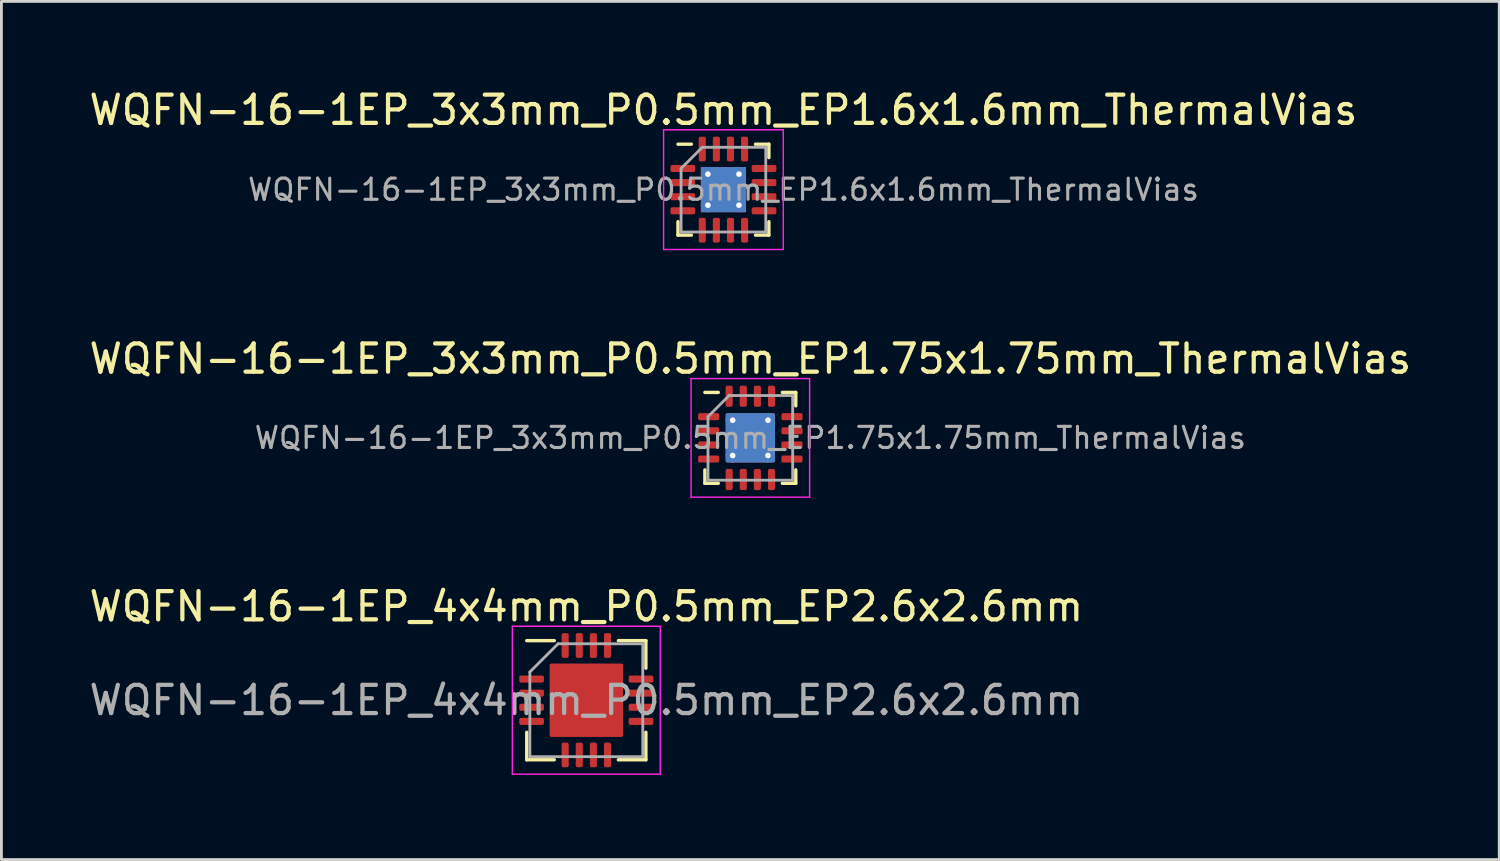
<source format=kicad_pcb>
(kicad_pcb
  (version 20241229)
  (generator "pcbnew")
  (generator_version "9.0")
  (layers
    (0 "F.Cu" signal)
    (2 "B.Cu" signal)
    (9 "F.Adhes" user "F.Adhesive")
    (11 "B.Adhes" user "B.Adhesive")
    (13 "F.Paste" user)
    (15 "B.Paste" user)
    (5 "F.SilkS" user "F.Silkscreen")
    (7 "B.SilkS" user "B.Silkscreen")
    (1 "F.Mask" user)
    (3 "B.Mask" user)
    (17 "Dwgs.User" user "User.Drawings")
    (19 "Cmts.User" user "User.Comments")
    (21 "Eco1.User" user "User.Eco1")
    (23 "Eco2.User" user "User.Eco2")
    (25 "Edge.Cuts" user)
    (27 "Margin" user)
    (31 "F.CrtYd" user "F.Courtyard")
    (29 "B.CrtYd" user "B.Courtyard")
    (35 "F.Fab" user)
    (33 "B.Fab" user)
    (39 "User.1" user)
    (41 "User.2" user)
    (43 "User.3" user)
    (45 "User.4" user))
  (footprint "WQFN-16-1EP_3x3mm_P0.5mm_EP1.6x1.6mm_ThermalVias"
    (layer "F.Cu")
    (at 22.577 3.668)
    (property "Reference" "WQFN-16-1EP_3x3mm_P0.5mm_EP1.6x1.6mm_ThermalVias" (at 0 -2.82 0) (layer "F.SilkS") (effects (font (size 1 1) (thickness 0.15))))
    (attr smd)
    (fp_line (start -1.61 1.61) (end -1.61 1.135) (stroke (width 0.12) (type solid)) (layer "F.SilkS"))
    (fp_line (start -1.135 -1.61) (end -1.61 -1.61) (stroke (width 0.12) (type solid)) (layer "F.SilkS"))
    (fp_line (start -1.135 1.61) (end -1.61 1.61) (stroke (width 0.12) (type solid)) (layer "F.SilkS"))
    (fp_line (start 1.135 -1.61) (end 1.61 -1.61) (stroke (width 0.12) (type solid)) (layer "F.SilkS"))
    (fp_line (start 1.135 1.61) (end 1.61 1.61) (stroke (width 0.12) (type solid)) (layer "F.SilkS"))
    (fp_line (start 1.61 -1.61) (end 1.61 -1.135) (stroke (width 0.12) (type solid)) (layer "F.SilkS"))
    (fp_line (start 1.61 1.61) (end 1.61 1.135) (stroke (width 0.12) (type solid)) (layer "F.SilkS"))
    (fp_line (start -2.12 -2.12) (end -2.12 2.12) (stroke (width 0.05) (type solid)) (layer "F.CrtYd"))
    (fp_line (start -2.12 2.12) (end 2.12 2.12) (stroke (width 0.05) (type solid)) (layer "F.CrtYd"))
    (fp_line (start 2.12 -2.12) (end -2.12 -2.12) (stroke (width 0.05) (type solid)) (layer "F.CrtYd"))
    (fp_line (start 2.12 2.12) (end 2.12 -2.12) (stroke (width 0.05) (type solid)) (layer "F.CrtYd"))
    (fp_line (start -1.5 -0.75) (end -0.75 -1.5) (stroke (width 0.1) (type solid)) (layer "F.Fab"))
    (fp_line (start -1.5 1.5) (end -1.5 -0.75) (stroke (width 0.1) (type solid)) (layer "F.Fab"))
    (fp_line (start -0.75 -1.5) (end 1.5 -1.5) (stroke (width 0.1) (type solid)) (layer "F.Fab"))
    (fp_line (start 1.5 -1.5) (end 1.5 1.5) (stroke (width 0.1) (type solid)) (layer "F.Fab"))
    (fp_line (start 1.5 1.5) (end -1.5 1.5) (stroke (width 0.1) (type solid)) (layer "F.Fab"))
    (fp_text user "${REFERENCE}" (at 0 0 0) (layer "F.Fab") (effects (font (size 0.75 0.75) (thickness 0.11))))
    (pad "" smd roundrect (at -0.4 -0.4) (size 0.69 0.69) (layers "F.Paste") (roundrect_rratio 0.25))
    (pad "" smd roundrect (at -0.4 0.4) (size 0.69 0.69) (layers "F.Paste") (roundrect_rratio 0.25))
    (pad "" smd roundrect (at 0.4 -0.4) (size 0.69 0.69) (layers "F.Paste") (roundrect_rratio 0.25))
    (pad "" smd roundrect (at 0.4 0.4) (size 0.69 0.69) (layers "F.Paste") (roundrect_rratio 0.25))
    (pad "1" smd roundrect (at -1.438 -0.75) (size 0.875 0.25) (layers "F.Cu" "F.Mask" "F.Paste") (roundrect_rratio 0.25))
    (pad "2" smd roundrect (at -1.438 -0.25) (size 0.875 0.25) (layers "F.Cu" "F.Mask" "F.Paste") (roundrect_rratio 0.25))
    (pad "3" smd roundrect (at -1.438 0.25) (size 0.875 0.25) (layers "F.Cu" "F.Mask" "F.Paste") (roundrect_rratio 0.25))
    (pad "4" smd roundrect (at -1.438 0.75) (size 0.875 0.25) (layers "F.Cu" "F.Mask" "F.Paste") (roundrect_rratio 0.25))
    (pad "5" smd roundrect (at -0.75 1.438) (size 0.25 0.875) (layers "F.Cu" "F.Mask" "F.Paste") (roundrect_rratio 0.25))
    (pad "6" smd roundrect (at -0.25 1.438) (size 0.25 0.875) (layers "F.Cu" "F.Mask" "F.Paste") (roundrect_rratio 0.25))
    (pad "7" smd roundrect (at 0.25 1.438) (size 0.25 0.875) (layers "F.Cu" "F.Mask" "F.Paste") (roundrect_rratio 0.25))
    (pad "8" smd roundrect (at 0.75 1.438) (size 0.25 0.875) (layers "F.Cu" "F.Mask" "F.Paste") (roundrect_rratio 0.25))
    (pad "9" smd roundrect (at 1.438 0.75) (size 0.875 0.25) (layers "F.Cu" "F.Mask" "F.Paste") (roundrect_rratio 0.25))
    (pad "10" smd roundrect (at 1.438 0.25) (size 0.875 0.25) (layers "F.Cu" "F.Mask" "F.Paste") (roundrect_rratio 0.25))
    (pad "11" smd roundrect (at 1.438 -0.25) (size 0.875 0.25) (layers "F.Cu" "F.Mask" "F.Paste") (roundrect_rratio 0.25))
    (pad "12" smd roundrect (at 1.438 -0.75) (size 0.875 0.25) (layers "F.Cu" "F.Mask" "F.Paste") (roundrect_rratio 0.25))
    (pad "13" smd roundrect (at 0.75 -1.438) (size 0.25 0.875) (layers "F.Cu" "F.Mask" "F.Paste") (roundrect_rratio 0.25))
    (pad "14" smd roundrect (at 0.25 -1.438) (size 0.25 0.875) (layers "F.Cu" "F.Mask" "F.Paste") (roundrect_rratio 0.25))
    (pad "15" smd roundrect (at -0.25 -1.438) (size 0.25 0.875) (layers "F.Cu" "F.Mask" "F.Paste") (roundrect_rratio 0.25))
    (pad "16" smd roundrect (at -0.75 -1.438) (size 0.25 0.875) (layers "F.Cu" "F.Mask" "F.Paste") (roundrect_rratio 0.25))
    (pad "17" thru_hole circle (at -0.55 -0.55) (size 0.5 0.5) (drill 0.2) (layers "*.Cu"))
    (pad "17" thru_hole circle (at -0.55 0.55) (size 0.5 0.5) (drill 0.2) (layers "*.Cu"))
    (pad "17" smd rect (at 0 0) (size 1.6 1.6) (layers "F.Cu" "F.Mask"))
    (pad "17" smd rect (at 0 0) (size 1.6 1.6) (layers "B.Cu"))
    (pad "17" thru_hole circle (at 0.55 -0.55) (size 0.5 0.5) (drill 0.2) (layers "*.Cu"))
    (pad "17" thru_hole circle (at 0.55 0.55) (size 0.5 0.5) (drill 0.2) (layers "*.Cu")))
  (footprint "WQFN-16-1EP_4x4mm_P0.5mm_EP2.6x2.6mm"
    (layer "F.Cu")
    (at 17.72 21.755)
    (property "Reference" "WQFN-16-1EP_4x4mm_P0.5mm_EP2.6x2.6mm" (at 0 -3.32 0) (layer "F.SilkS") (effects (font (size 1 1) (thickness 0.15))))
    (attr smd)
    (fp_line (start -2.11 2.11) (end -2.11 1.135) (stroke (width 0.12) (type solid)) (layer "F.SilkS"))
    (fp_line (start -1.135 -2.11) (end -2.11 -2.11) (stroke (width 0.12) (type solid)) (layer "F.SilkS"))
    (fp_line (start -1.135 2.11) (end -2.11 2.11) (stroke (width 0.12) (type solid)) (layer "F.SilkS"))
    (fp_line (start 1.135 -2.11) (end 2.11 -2.11) (stroke (width 0.12) (type solid)) (layer "F.SilkS"))
    (fp_line (start 1.135 2.11) (end 2.11 2.11) (stroke (width 0.12) (type solid)) (layer "F.SilkS"))
    (fp_line (start 2.11 -2.11) (end 2.11 -1.135) (stroke (width 0.12) (type solid)) (layer "F.SilkS"))
    (fp_line (start 2.11 2.11) (end 2.11 1.135) (stroke (width 0.12) (type solid)) (layer "F.SilkS"))
    (fp_line (start -2.62 -2.62) (end -2.62 2.62) (stroke (width 0.05) (type solid)) (layer "F.CrtYd"))
    (fp_line (start -2.62 2.62) (end 2.62 2.62) (stroke (width 0.05) (type solid)) (layer "F.CrtYd"))
    (fp_line (start 2.62 -2.62) (end -2.62 -2.62) (stroke (width 0.05) (type solid)) (layer "F.CrtYd"))
    (fp_line (start 2.62 2.62) (end 2.62 -2.62) (stroke (width 0.05) (type solid)) (layer "F.CrtYd"))
    (fp_line (start -2 -1) (end -1 -2) (stroke (width 0.1) (type solid)) (layer "F.Fab"))
    (fp_line (start -2 2) (end -2 -1) (stroke (width 0.1) (type solid)) (layer "F.Fab"))
    (fp_line (start -1 -2) (end 2 -2) (stroke (width 0.1) (type solid)) (layer "F.Fab"))
    (fp_line (start 2 -2) (end 2 2) (stroke (width 0.1) (type solid)) (layer "F.Fab"))
    (fp_line (start 2 2) (end -2 2) (stroke (width 0.1) (type solid)) (layer "F.Fab"))
    (fp_text user "${REFERENCE}" (at 0 0 0) (layer "F.Fab") (effects (font (size 1 1) (thickness 0.15))))
    (pad "" smd roundrect (at -0.65 -0.65) (size 1.05 1.05) (layers "F.Paste") (roundrect_rratio 0.238))
    (pad "" smd roundrect (at -0.65 0.65) (size 1.05 1.05) (layers "F.Paste") (roundrect_rratio 0.238))
    (pad "" smd roundrect (at 0.65 -0.65) (size 1.05 1.05) (layers "F.Paste") (roundrect_rratio 0.238))
    (pad "" smd roundrect (at 0.65 0.65) (size 1.05 1.05) (layers "F.Paste") (roundrect_rratio 0.238))
    (pad "1" smd roundrect (at -1.938 -0.75) (size 0.875 0.25) (layers "F.Cu" "F.Mask" "F.Paste") (roundrect_rratio 0.25))
    (pad "2" smd roundrect (at -1.938 -0.25) (size 0.875 0.25) (layers "F.Cu" "F.Mask" "F.Paste") (roundrect_rratio 0.25))
    (pad "3" smd roundrect (at -1.938 0.25) (size 0.875 0.25) (layers "F.Cu" "F.Mask" "F.Paste") (roundrect_rratio 0.25))
    (pad "4" smd roundrect (at -1.938 0.75) (size 0.875 0.25) (layers "F.Cu" "F.Mask" "F.Paste") (roundrect_rratio 0.25))
    (pad "5" smd roundrect (at -0.75 1.938) (size 0.25 0.875) (layers "F.Cu" "F.Mask" "F.Paste") (roundrect_rratio 0.25))
    (pad "6" smd roundrect (at -0.25 1.938) (size 0.25 0.875) (layers "F.Cu" "F.Mask" "F.Paste") (roundrect_rratio 0.25))
    (pad "7" smd roundrect (at 0.25 1.938) (size 0.25 0.875) (layers "F.Cu" "F.Mask" "F.Paste") (roundrect_rratio 0.25))
    (pad "8" smd roundrect (at 0.75 1.938) (size 0.25 0.875) (layers "F.Cu" "F.Mask" "F.Paste") (roundrect_rratio 0.25))
    (pad "9" smd roundrect (at 1.938 0.75) (size 0.875 0.25) (layers "F.Cu" "F.Mask" "F.Paste") (roundrect_rratio 0.25))
    (pad "10" smd roundrect (at 1.938 0.25) (size 0.875 0.25) (layers "F.Cu" "F.Mask" "F.Paste") (roundrect_rratio 0.25))
    (pad "11" smd roundrect (at 1.938 -0.25) (size 0.875 0.25) (layers "F.Cu" "F.Mask" "F.Paste") (roundrect_rratio 0.25))
    (pad "12" smd roundrect (at 1.938 -0.75) (size 0.875 0.25) (layers "F.Cu" "F.Mask" "F.Paste") (roundrect_rratio 0.25))
    (pad "13" smd roundrect (at 0.75 -1.938) (size 0.25 0.875) (layers "F.Cu" "F.Mask" "F.Paste") (roundrect_rratio 0.25))
    (pad "14" smd roundrect (at 0.25 -1.938) (size 0.25 0.875) (layers "F.Cu" "F.Mask" "F.Paste") (roundrect_rratio 0.25))
    (pad "15" smd roundrect (at -0.25 -1.938) (size 0.25 0.875) (layers "F.Cu" "F.Mask" "F.Paste") (roundrect_rratio 0.25))
    (pad "16" smd roundrect (at -0.75 -1.938) (size 0.25 0.875) (layers "F.Cu" "F.Mask" "F.Paste") (roundrect_rratio 0.25))
    (pad "17" smd roundrect (at 0 0) (size 2.6 2.6) (layers "F.Cu" "F.Mask") (roundrect_rratio 0.024)))
  (footprint "WQFN-16-1EP_3x3mm_P0.5mm_EP1.75x1.75mm_ThermalVias"
    (layer "F.Cu")
    (at 23.53 12.461)
    (property "Reference" "WQFN-16-1EP_3x3mm_P0.5mm_EP1.75x1.75mm_ThermalVias" (at 0 -2.8 0) (layer "F.SilkS") (effects (font (size 1 1) (thickness 0.15))))
    (attr smd)
    (fp_line (start -1.61 1.61) (end -1.61 1.135) (stroke (width 0.12) (type solid)) (layer "F.SilkS"))
    (fp_line (start -1.135 -1.61) (end -1.61 -1.61) (stroke (width 0.12) (type solid)) (layer "F.SilkS"))
    (fp_line (start -1.135 1.61) (end -1.61 1.61) (stroke (width 0.12) (type solid)) (layer "F.SilkS"))
    (fp_line (start 1.135 -1.61) (end 1.61 -1.61) (stroke (width 0.12) (type solid)) (layer "F.SilkS"))
    (fp_line (start 1.135 1.61) (end 1.61 1.61) (stroke (width 0.12) (type solid)) (layer "F.SilkS"))
    (fp_line (start 1.61 -1.61) (end 1.61 -1.135) (stroke (width 0.12) (type solid)) (layer "F.SilkS"))
    (fp_line (start 1.61 1.61) (end 1.61 1.135) (stroke (width 0.12) (type solid)) (layer "F.SilkS"))
    (fp_line (start -2.1 -2.1) (end -2.1 2.1) (stroke (width 0.05) (type solid)) (layer "F.CrtYd"))
    (fp_line (start -2.1 2.1) (end 2.1 2.1) (stroke (width 0.05) (type solid)) (layer "F.CrtYd"))
    (fp_line (start 2.1 -2.1) (end -2.1 -2.1) (stroke (width 0.05) (type solid)) (layer "F.CrtYd"))
    (fp_line (start 2.1 2.1) (end 2.1 -2.1) (stroke (width 0.05) (type solid)) (layer "F.CrtYd"))
    (fp_line (start -1.5 -0.75) (end -0.75 -1.5) (stroke (width 0.1) (type solid)) (layer "F.Fab"))
    (fp_line (start -1.5 1.5) (end -1.5 -0.75) (stroke (width 0.1) (type solid)) (layer "F.Fab"))
    (fp_line (start -0.75 -1.5) (end 1.5 -1.5) (stroke (width 0.1) (type solid)) (layer "F.Fab"))
    (fp_line (start 1.5 -1.5) (end 1.5 1.5) (stroke (width 0.1) (type solid)) (layer "F.Fab"))
    (fp_line (start 1.5 1.5) (end -1.5 1.5) (stroke (width 0.1) (type solid)) (layer "F.Fab"))
    (fp_text user "${REFERENCE}" (at 0 0 0) (layer "F.Fab") (effects (font (size 0.75 0.75) (thickness 0.11))))
    (pad "" smd roundrect (at -0.44 -0.44) (size 0.76 0.76) (layers "F.Paste") (roundrect_rratio 0.25))
    (pad "" smd roundrect (at -0.44 0.44) (size 0.76 0.76) (layers "F.Paste") (roundrect_rratio 0.25))
    (pad "" smd roundrect (at 0.44 -0.44) (size 0.76 0.76) (layers "F.Paste") (roundrect_rratio 0.25))
    (pad "" smd roundrect (at 0.44 0.44) (size 0.76 0.76) (layers "F.Paste") (roundrect_rratio 0.25))
    (pad "1" smd roundrect (at -1.475 -0.75) (size 0.75 0.25) (layers "F.Cu" "F.Mask" "F.Paste") (roundrect_rratio 0.25))
    (pad "2" smd roundrect (at -1.475 -0.25) (size 0.75 0.25) (layers "F.Cu" "F.Mask" "F.Paste") (roundrect_rratio 0.25))
    (pad "3" smd roundrect (at -1.475 0.25) (size 0.75 0.25) (layers "F.Cu" "F.Mask" "F.Paste") (roundrect_rratio 0.25))
    (pad "4" smd roundrect (at -1.475 0.75) (size 0.75 0.25) (layers "F.Cu" "F.Mask" "F.Paste") (roundrect_rratio 0.25))
    (pad "5" smd roundrect (at -0.75 1.475) (size 0.25 0.75) (layers "F.Cu" "F.Mask" "F.Paste") (roundrect_rratio 0.25))
    (pad "6" smd roundrect (at -0.25 1.475) (size 0.25 0.75) (layers "F.Cu" "F.Mask" "F.Paste") (roundrect_rratio 0.25))
    (pad "7" smd roundrect (at 0.25 1.475) (size 0.25 0.75) (layers "F.Cu" "F.Mask" "F.Paste") (roundrect_rratio 0.25))
    (pad "8" smd roundrect (at 0.75 1.475) (size 0.25 0.75) (layers "F.Cu" "F.Mask" "F.Paste") (roundrect_rratio 0.25))
    (pad "9" smd roundrect (at 1.475 0.75) (size 0.75 0.25) (layers "F.Cu" "F.Mask" "F.Paste") (roundrect_rratio 0.25))
    (pad "10" smd roundrect (at 1.475 0.25) (size 0.75 0.25) (layers "F.Cu" "F.Mask" "F.Paste") (roundrect_rratio 0.25))
    (pad "11" smd roundrect (at 1.475 -0.25) (size 0.75 0.25) (layers "F.Cu" "F.Mask" "F.Paste") (roundrect_rratio 0.25))
    (pad "12" smd roundrect (at 1.475 -0.75) (size 0.75 0.25) (layers "F.Cu" "F.Mask" "F.Paste") (roundrect_rratio 0.25))
    (pad "13" smd roundrect (at 0.75 -1.475) (size 0.25 0.75) (layers "F.Cu" "F.Mask" "F.Paste") (roundrect_rratio 0.25))
    (pad "14" smd roundrect (at 0.25 -1.475) (size 0.25 0.75) (layers "F.Cu" "F.Mask" "F.Paste") (roundrect_rratio 0.25))
    (pad "15" smd roundrect (at -0.25 -1.475) (size 0.25 0.75) (layers "F.Cu" "F.Mask" "F.Paste") (roundrect_rratio 0.25))
    (pad "16" smd roundrect (at -0.75 -1.475) (size 0.25 0.75) (layers "F.Cu" "F.Mask" "F.Paste") (roundrect_rratio 0.25))
    (pad "17" thru_hole circle (at -0.625 -0.625) (size 0.5 0.5) (drill 0.2) (layers "*.Cu"))
    (pad "17" thru_hole circle (at -0.625 0.625) (size 0.5 0.5) (drill 0.2) (layers "*.Cu"))
    (pad "17" smd roundrect (at 0 0) (size 1.75 1.75) (layers "F.Cu" "F.Mask") (roundrect_rratio 0.036))
    (pad "17" smd roundrect (at 0 0) (size 1.75 1.75) (layers "B.Cu") (roundrect_rratio 0.036))
    (pad "17" thru_hole circle (at 0.625 -0.625) (size 0.5 0.5) (drill 0.2) (layers "*.Cu"))
    (pad "17" thru_hole circle (at 0.625 0.625) (size 0.5 0.5) (drill 0.2) (layers "*.Cu")))
  (gr_rect
    (start -3 -3)
    (end 50.06 27.4)
    (stroke (width 0.1) (type default))
    (fill no)
    (layer "Edge.Cuts")))
</source>
